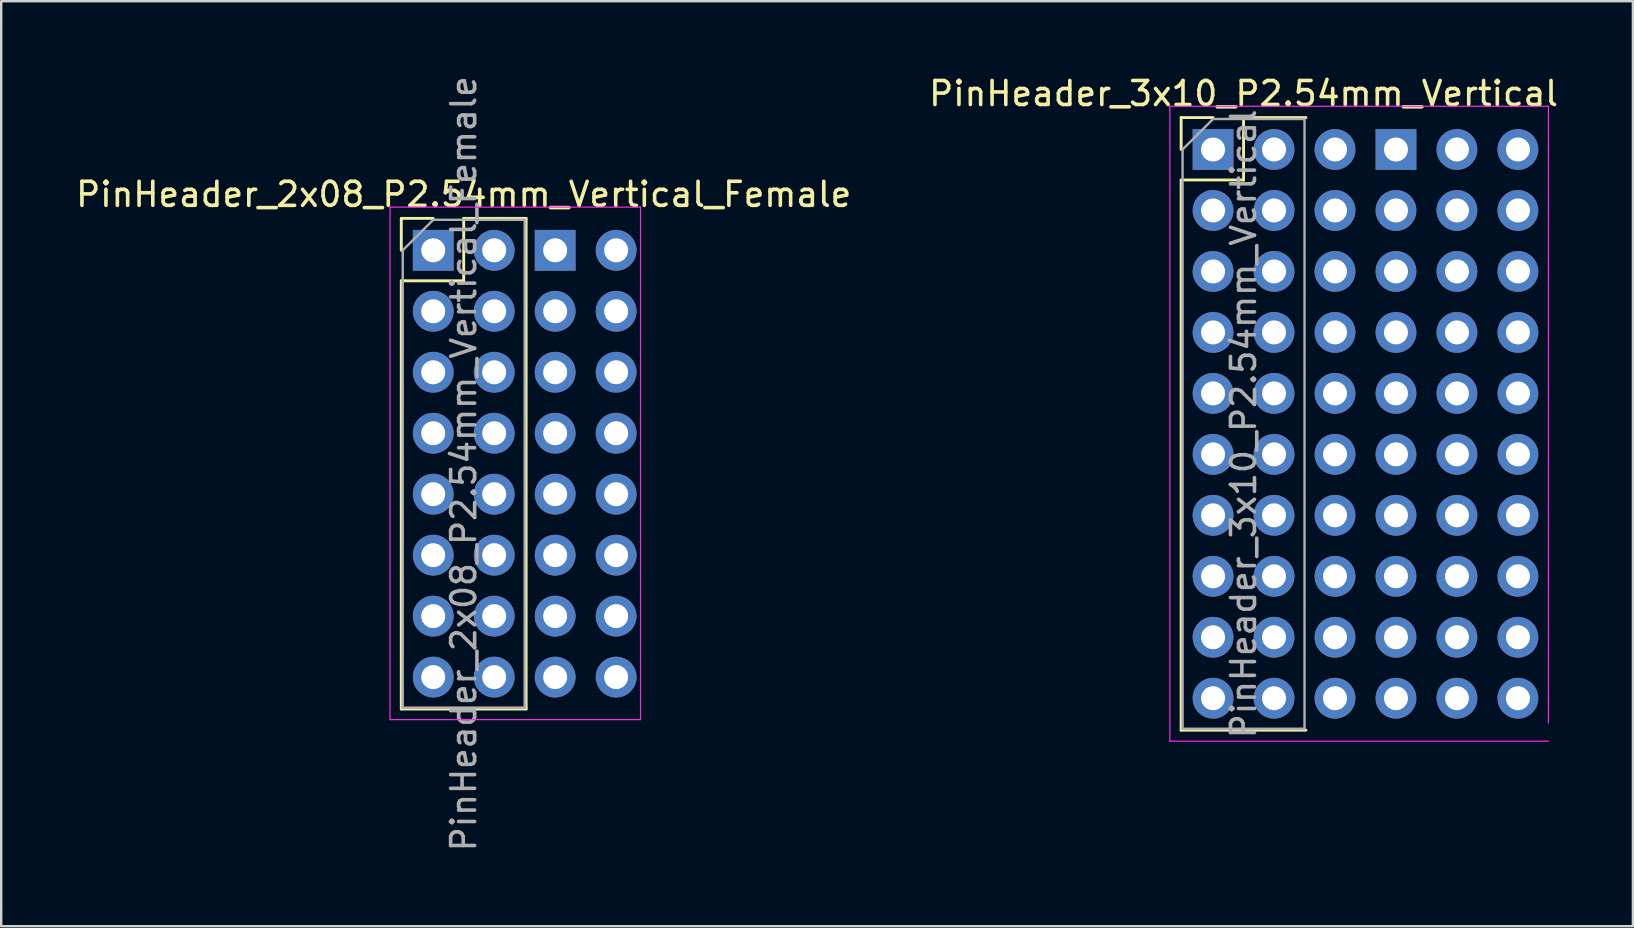
<source format=kicad_pcb>
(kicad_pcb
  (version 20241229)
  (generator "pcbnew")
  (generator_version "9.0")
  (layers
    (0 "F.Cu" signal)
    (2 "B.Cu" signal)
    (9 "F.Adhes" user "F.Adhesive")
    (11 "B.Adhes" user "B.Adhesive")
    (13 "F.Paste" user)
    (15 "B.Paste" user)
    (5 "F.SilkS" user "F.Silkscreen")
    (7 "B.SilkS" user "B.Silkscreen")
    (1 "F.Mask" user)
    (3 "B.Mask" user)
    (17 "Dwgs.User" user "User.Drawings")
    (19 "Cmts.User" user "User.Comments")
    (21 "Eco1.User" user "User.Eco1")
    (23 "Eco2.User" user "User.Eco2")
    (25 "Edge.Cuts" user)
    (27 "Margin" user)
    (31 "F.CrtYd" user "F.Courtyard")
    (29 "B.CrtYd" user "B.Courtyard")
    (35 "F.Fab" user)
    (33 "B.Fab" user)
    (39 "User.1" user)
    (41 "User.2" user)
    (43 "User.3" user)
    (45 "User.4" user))
  (footprint "PinHeader_3x10_P2.54mm_Vertical"
    (layer "F.Cu")
    (at 47.486 3.178)
    (property "Reference" "PinHeader_3x10_P2.54mm_Vertical" (at 1.27 -2.33 0) (layer "F.SilkS") (effects (font (size 1 1) (thickness 0.15))))
    (attr through_hole)
    (fp_line (start -1.33 -1.33) (end 0 -1.33) (stroke (width 0.12) (type solid)) (layer "F.SilkS"))
    (fp_line (start -1.33 0) (end -1.33 -1.33) (stroke (width 0.12) (type solid)) (layer "F.SilkS"))
    (fp_line (start -1.33 1.27) (end -1.33 24.19) (stroke (width 0.12) (type solid)) (layer "F.SilkS"))
    (fp_line (start -1.33 1.27) (end 1.27 1.27) (stroke (width 0.12) (type solid)) (layer "F.SilkS"))
    (fp_line (start -1.33 24.19) (end 3.87 24.19) (stroke (width 0.12) (type solid)) (layer "F.SilkS"))
    (fp_line (start 1.27 -1.33) (end 3.87 -1.33) (stroke (width 0.12) (type solid)) (layer "F.SilkS"))
    (fp_line (start 1.27 1.27) (end 1.27 -1.33) (stroke (width 0.12) (type solid)) (layer "F.SilkS"))
    (fp_line (start -1.8 -1.8) (end -1.8 24.65) (stroke (width 0.05) (type solid)) (layer "F.CrtYd"))
    (fp_line (start -1.8 24.65) (end 13.97 24.65) (stroke (width 0.05) (type solid)) (layer "F.CrtYd"))
    (fp_line (start 13.97 -1.8) (end -1.8 -1.8) (stroke (width 0.05) (type solid)) (layer "F.CrtYd"))
    (fp_line (start 13.97 23.893) (end 13.97 -1.8) (stroke (width 0.05) (type solid)) (layer "F.CrtYd"))
    (fp_line (start -1.27 0) (end 0 -1.27) (stroke (width 0.1) (type solid)) (layer "F.Fab"))
    (fp_line (start -1.27 24.13) (end -1.27 0) (stroke (width 0.1) (type solid)) (layer "F.Fab"))
    (fp_line (start 0 -1.27) (end 3.81 -1.27) (stroke (width 0.1) (type solid)) (layer "F.Fab"))
    (fp_line (start 3.81 -1.27) (end 3.81 24.13) (stroke (width 0.1) (type solid)) (layer "F.Fab"))
    (fp_line (start 3.81 24.13) (end -1.27 24.13) (stroke (width 0.1) (type solid)) (layer "F.Fab"))
    (fp_text user "${REFERENCE}" (at 1.27 11.43 90) (layer "F.Fab") (effects (font (size 1 1) (thickness 0.15))))
    (pad "1" thru_hole rect (at 0 0) (size 1.7 1.7) (drill 1) (layers "*.Cu" "*.Mask"))
    (pad "1" thru_hole rect (at 7.62 0) (size 1.7 1.7) (drill 1) (layers "*.Cu" "*.Mask"))
    (pad "2" thru_hole oval (at 0 2.54) (size 1.7 1.7) (drill 1) (layers "*.Cu" "*.Mask"))
    (pad "2" thru_hole oval (at 7.62 2.54) (size 1.7 1.7) (drill 1) (layers "*.Cu" "*.Mask"))
    (pad "3" thru_hole oval (at 0 5.08) (size 1.7 1.7) (drill 1) (layers "*.Cu" "*.Mask"))
    (pad "3" thru_hole oval (at 7.62 5.08) (size 1.7 1.7) (drill 1) (layers "*.Cu" "*.Mask"))
    (pad "4" thru_hole oval (at 0 7.62) (size 1.7 1.7) (drill 1) (layers "*.Cu" "*.Mask"))
    (pad "4" thru_hole oval (at 7.62 7.62) (size 1.7 1.7) (drill 1) (layers "*.Cu" "*.Mask"))
    (pad "5" thru_hole oval (at 0 10.16) (size 1.7 1.7) (drill 1) (layers "*.Cu" "*.Mask"))
    (pad "5" thru_hole oval (at 7.62 10.16) (size 1.7 1.7) (drill 1) (layers "*.Cu" "*.Mask"))
    (pad "6" thru_hole oval (at 0 12.7) (size 1.7 1.7) (drill 1) (layers "*.Cu" "*.Mask"))
    (pad "6" thru_hole oval (at 7.62 12.7) (size 1.7 1.7) (drill 1) (layers "*.Cu" "*.Mask"))
    (pad "7" thru_hole oval (at 0 15.24) (size 1.7 1.7) (drill 1) (layers "*.Cu" "*.Mask"))
    (pad "7" thru_hole oval (at 7.62 15.24) (size 1.7 1.7) (drill 1) (layers "*.Cu" "*.Mask"))
    (pad "8" thru_hole oval (at 0 17.78) (size 1.7 1.7) (drill 1) (layers "*.Cu" "*.Mask"))
    (pad "8" thru_hole oval (at 7.62 17.78) (size 1.7 1.7) (drill 1) (layers "*.Cu" "*.Mask"))
    (pad "9" thru_hole oval (at 0 20.32) (size 1.7 1.7) (drill 1) (layers "*.Cu" "*.Mask"))
    (pad "9" thru_hole oval (at 7.62 20.32) (size 1.7 1.7) (drill 1) (layers "*.Cu" "*.Mask"))
    (pad "10" thru_hole oval (at 0 22.86) (size 1.7 1.7) (drill 1) (layers "*.Cu" "*.Mask"))
    (pad "10" thru_hole oval (at 7.62 22.86) (size 1.7 1.7) (drill 1) (layers "*.Cu" "*.Mask"))
    (pad "11" thru_hole oval (at 2.54 0) (size 1.7 1.7) (drill 1) (layers "*.Cu" "*.Mask"))
    (pad "11" thru_hole oval (at 10.16 0) (size 1.7 1.7) (drill 1) (layers "*.Cu" "*.Mask"))
    (pad "12" thru_hole oval (at 2.54 2.54) (size 1.7 1.7) (drill 1) (layers "*.Cu" "*.Mask"))
    (pad "12" thru_hole oval (at 10.16 2.54) (size 1.7 1.7) (drill 1) (layers "*.Cu" "*.Mask"))
    (pad "13" thru_hole oval (at 2.54 5.08) (size 1.7 1.7) (drill 1) (layers "*.Cu" "*.Mask"))
    (pad "13" thru_hole oval (at 10.16 5.08) (size 1.7 1.7) (drill 1) (layers "*.Cu" "*.Mask"))
    (pad "14" thru_hole oval (at 2.54 7.62) (size 1.7 1.7) (drill 1) (layers "*.Cu" "*.Mask"))
    (pad "14" thru_hole oval (at 10.16 7.62) (size 1.7 1.7) (drill 1) (layers "*.Cu" "*.Mask"))
    (pad "15" thru_hole oval (at 2.54 10.16) (size 1.7 1.7) (drill 1) (layers "*.Cu" "*.Mask"))
    (pad "15" thru_hole oval (at 10.16 10.16) (size 1.7 1.7) (drill 1) (layers "*.Cu" "*.Mask"))
    (pad "16" thru_hole oval (at 2.54 12.7) (size 1.7 1.7) (drill 1) (layers "*.Cu" "*.Mask"))
    (pad "16" thru_hole oval (at 10.16 12.7) (size 1.7 1.7) (drill 1) (layers "*.Cu" "*.Mask"))
    (pad "17" thru_hole oval (at 2.54 15.24) (size 1.7 1.7) (drill 1) (layers "*.Cu" "*.Mask"))
    (pad "17" thru_hole oval (at 10.16 15.24) (size 1.7 1.7) (drill 1) (layers "*.Cu" "*.Mask"))
    (pad "18" thru_hole oval (at 2.54 17.78) (size 1.7 1.7) (drill 1) (layers "*.Cu" "*.Mask"))
    (pad "18" thru_hole oval (at 10.16 17.78) (size 1.7 1.7) (drill 1) (layers "*.Cu" "*.Mask"))
    (pad "19" thru_hole oval (at 2.54 20.32) (size 1.7 1.7) (drill 1) (layers "*.Cu" "*.Mask"))
    (pad "19" thru_hole oval (at 10.16 20.32) (size 1.7 1.7) (drill 1) (layers "*.Cu" "*.Mask"))
    (pad "20" thru_hole oval (at 2.54 22.86) (size 1.7 1.7) (drill 1) (layers "*.Cu" "*.Mask"))
    (pad "20" thru_hole oval (at 10.16 22.86) (size 1.7 1.7) (drill 1) (layers "*.Cu" "*.Mask"))
    (pad "21" thru_hole oval (at 5.08 0) (size 1.7 1.7) (drill 1) (layers "*.Cu" "*.Mask"))
    (pad "21" thru_hole oval (at 12.7 0) (size 1.7 1.7) (drill 1) (layers "*.Cu" "*.Mask"))
    (pad "22" thru_hole oval (at 5.08 2.54) (size 1.7 1.7) (drill 1) (layers "*.Cu" "*.Mask"))
    (pad "22" thru_hole oval (at 12.7 2.54) (size 1.7 1.7) (drill 1) (layers "*.Cu" "*.Mask"))
    (pad "23" thru_hole oval (at 5.08 5.08) (size 1.7 1.7) (drill 1) (layers "*.Cu" "*.Mask"))
    (pad "23" thru_hole oval (at 12.7 5.08) (size 1.7 1.7) (drill 1) (layers "*.Cu" "*.Mask"))
    (pad "24" thru_hole oval (at 5.08 7.62) (size 1.7 1.7) (drill 1) (layers "*.Cu" "*.Mask"))
    (pad "24" thru_hole oval (at 12.7 7.62) (size 1.7 1.7) (drill 1) (layers "*.Cu" "*.Mask"))
    (pad "25" thru_hole oval (at 5.08 10.16) (size 1.7 1.7) (drill 1) (layers "*.Cu" "*.Mask"))
    (pad "25" thru_hole oval (at 12.7 10.16) (size 1.7 1.7) (drill 1) (layers "*.Cu" "*.Mask"))
    (pad "26" thru_hole oval (at 5.08 12.7) (size 1.7 1.7) (drill 1) (layers "*.Cu" "*.Mask"))
    (pad "26" thru_hole oval (at 12.7 12.7) (size 1.7 1.7) (drill 1) (layers "*.Cu" "*.Mask"))
    (pad "27" thru_hole oval (at 5.08 15.24) (size 1.7 1.7) (drill 1) (layers "*.Cu" "*.Mask"))
    (pad "27" thru_hole oval (at 12.7 15.24) (size 1.7 1.7) (drill 1) (layers "*.Cu" "*.Mask"))
    (pad "28" thru_hole oval (at 5.08 17.78) (size 1.7 1.7) (drill 1) (layers "*.Cu" "*.Mask"))
    (pad "28" thru_hole oval (at 12.7 17.78) (size 1.7 1.7) (drill 1) (layers "*.Cu" "*.Mask"))
    (pad "29" thru_hole oval (at 5.08 20.32) (size 1.7 1.7) (drill 1) (layers "*.Cu" "*.Mask"))
    (pad "29" thru_hole oval (at 12.7 20.32) (size 1.7 1.7) (drill 1) (layers "*.Cu" "*.Mask"))
    (pad "30" thru_hole oval (at 5.08 22.86) (size 1.7 1.7) (drill 1) (layers "*.Cu" "*.Mask"))
    (pad "30" thru_hole oval (at 12.7 22.86) (size 1.7 1.7) (drill 1) (layers "*.Cu" "*.Mask")))
  (footprint "PinHeader_2x08_P2.54mm_Vertical_Female"
    (layer "F.Cu")
    (at 14.998 7.378)
    (property "Reference" "PinHeader_2x08_P2.54mm_Vertical_Female" (at 1.27 -2.33 0) (layer "F.SilkS") (effects (font (size 1 1) (thickness 0.15))))
    (attr through_hole)
    (fp_line (start -1.33 -1.33) (end 0 -1.33) (stroke (width 0.12) (type solid)) (layer "F.SilkS"))
    (fp_line (start -1.33 0) (end -1.33 -1.33) (stroke (width 0.12) (type solid)) (layer "F.SilkS"))
    (fp_line (start -1.33 1.27) (end -1.33 19.11) (stroke (width 0.12) (type solid)) (layer "F.SilkS"))
    (fp_line (start -1.33 1.27) (end 1.27 1.27) (stroke (width 0.12) (type solid)) (layer "F.SilkS"))
    (fp_line (start -1.33 19.11) (end 3.87 19.11) (stroke (width 0.12) (type solid)) (layer "F.SilkS"))
    (fp_line (start 1.27 -1.33) (end 3.87 -1.33) (stroke (width 0.12) (type solid)) (layer "F.SilkS"))
    (fp_line (start 1.27 1.27) (end 1.27 -1.33) (stroke (width 0.12) (type solid)) (layer "F.SilkS"))
    (fp_line (start 3.87 -1.33) (end 3.87 19.11) (stroke (width 0.12) (type solid)) (layer "F.SilkS"))
    (fp_line (start -1.8 -1.8) (end -1.8 19.55) (stroke (width 0.05) (type solid)) (layer "F.CrtYd"))
    (fp_line (start -1.8 19.55) (end 8.636 19.55) (stroke (width 0.05) (type solid)) (layer "F.CrtYd"))
    (fp_line (start 8.636 -1.8) (end -1.8 -1.8) (stroke (width 0.05) (type solid)) (layer "F.CrtYd"))
    (fp_line (start 8.636 19.55) (end 8.636 -1.8) (stroke (width 0.05) (type solid)) (layer "F.CrtYd"))
    (fp_line (start -1.27 0) (end 0 -1.27) (stroke (width 0.1) (type solid)) (layer "F.Fab"))
    (fp_line (start -1.27 19.05) (end -1.27 0) (stroke (width 0.1) (type solid)) (layer "F.Fab"))
    (fp_line (start 0 -1.27) (end 3.81 -1.27) (stroke (width 0.1) (type solid)) (layer "F.Fab"))
    (fp_line (start 3.81 -1.27) (end 3.81 19.05) (stroke (width 0.1) (type solid)) (layer "F.Fab"))
    (fp_line (start 3.81 19.05) (end -1.27 19.05) (stroke (width 0.1) (type solid)) (layer "F.Fab"))
    (fp_text user "${REFERENCE}" (at 1.27 8.89 90) (layer "F.Fab") (effects (font (size 1 1) (thickness 0.15))))
    (pad "1" thru_hole rect (at 0 0) (size 1.7 1.7) (drill 1) (layers "*.Cu" "*.Mask"))
    (pad "1" thru_hole rect (at 5.08 0) (size 1.7 1.7) (drill 1) (layers "*.Cu" "*.Mask"))
    (pad "2" thru_hole oval (at 2.54 0) (size 1.7 1.7) (drill 1) (layers "*.Cu" "*.Mask"))
    (pad "2" thru_hole oval (at 7.62 0) (size 1.7 1.7) (drill 1) (layers "*.Cu" "*.Mask"))
    (pad "3" thru_hole oval (at 0 2.54) (size 1.7 1.7) (drill 1) (layers "*.Cu" "*.Mask"))
    (pad "3" thru_hole oval (at 5.08 2.54) (size 1.7 1.7) (drill 1) (layers "*.Cu" "*.Mask"))
    (pad "4" thru_hole oval (at 2.54 2.54) (size 1.7 1.7) (drill 1) (layers "*.Cu" "*.Mask"))
    (pad "4" thru_hole oval (at 7.62 2.54) (size 1.7 1.7) (drill 1) (layers "*.Cu" "*.Mask"))
    (pad "5" thru_hole oval (at 0 5.08) (size 1.7 1.7) (drill 1) (layers "*.Cu" "*.Mask"))
    (pad "5" thru_hole oval (at 5.08 5.08) (size 1.7 1.7) (drill 1) (layers "*.Cu" "*.Mask"))
    (pad "6" thru_hole oval (at 2.54 5.08) (size 1.7 1.7) (drill 1) (layers "*.Cu" "*.Mask"))
    (pad "6" thru_hole oval (at 7.62 5.08) (size 1.7 1.7) (drill 1) (layers "*.Cu" "*.Mask"))
    (pad "7" thru_hole oval (at 0 7.62) (size 1.7 1.7) (drill 1) (layers "*.Cu" "*.Mask"))
    (pad "7" thru_hole oval (at 5.08 7.62) (size 1.7 1.7) (drill 1) (layers "*.Cu" "*.Mask"))
    (pad "8" thru_hole oval (at 2.54 7.62) (size 1.7 1.7) (drill 1) (layers "*.Cu" "*.Mask"))
    (pad "8" thru_hole oval (at 7.62 7.62) (size 1.7 1.7) (drill 1) (layers "*.Cu" "*.Mask"))
    (pad "9" thru_hole oval (at 0 10.16) (size 1.7 1.7) (drill 1) (layers "*.Cu" "*.Mask"))
    (pad "9" thru_hole oval (at 5.08 10.16) (size 1.7 1.7) (drill 1) (layers "*.Cu" "*.Mask"))
    (pad "10" thru_hole oval (at 2.54 10.16) (size 1.7 1.7) (drill 1) (layers "*.Cu" "*.Mask"))
    (pad "10" thru_hole oval (at 7.62 10.16) (size 1.7 1.7) (drill 1) (layers "*.Cu" "*.Mask"))
    (pad "11" thru_hole oval (at 0 12.7) (size 1.7 1.7) (drill 1) (layers "*.Cu" "*.Mask"))
    (pad "11" thru_hole oval (at 5.08 12.7) (size 1.7 1.7) (drill 1) (layers "*.Cu" "*.Mask"))
    (pad "12" thru_hole oval (at 2.54 12.7) (size 1.7 1.7) (drill 1) (layers "*.Cu" "*.Mask"))
    (pad "12" thru_hole oval (at 7.62 12.7) (size 1.7 1.7) (drill 1) (layers "*.Cu" "*.Mask"))
    (pad "13" thru_hole oval (at 0 15.24) (size 1.7 1.7) (drill 1) (layers "*.Cu" "*.Mask"))
    (pad "13" thru_hole oval (at 5.08 15.24) (size 1.7 1.7) (drill 1) (layers "*.Cu" "*.Mask"))
    (pad "14" thru_hole oval (at 2.54 15.24) (size 1.7 1.7) (drill 1) (layers "*.Cu" "*.Mask"))
    (pad "14" thru_hole oval (at 7.62 15.24) (size 1.7 1.7) (drill 1) (layers "*.Cu" "*.Mask"))
    (pad "15" thru_hole oval (at 0 17.78) (size 1.7 1.7) (drill 1) (layers "*.Cu" "*.Mask"))
    (pad "15" thru_hole oval (at 5.08 17.78) (size 1.7 1.7) (drill 1) (layers "*.Cu" "*.Mask"))
    (pad "16" thru_hole oval (at 2.54 17.78) (size 1.7 1.7) (drill 1) (layers "*.Cu" "*.Mask"))
    (pad "16" thru_hole oval (at 7.62 17.78) (size 1.7 1.7) (drill 1) (layers "*.Cu" "*.Mask")))
  (gr_rect
    (start -3 -3)
    (end 64.976 35.536)
    (stroke (width 0.1) (type default))
    (fill no)
    (layer "Edge.Cuts")))
</source>
